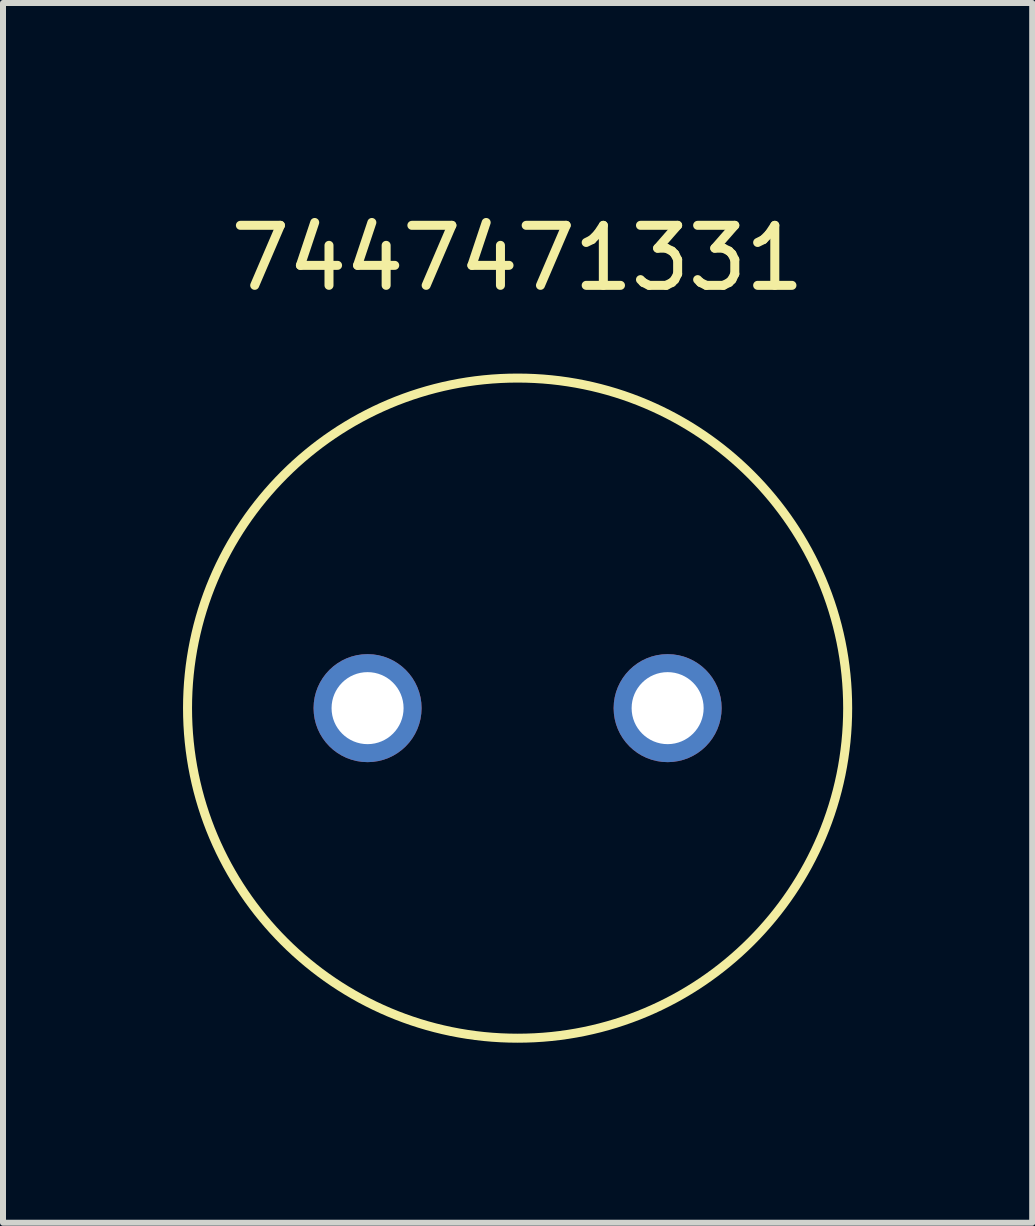
<source format=kicad_pcb>
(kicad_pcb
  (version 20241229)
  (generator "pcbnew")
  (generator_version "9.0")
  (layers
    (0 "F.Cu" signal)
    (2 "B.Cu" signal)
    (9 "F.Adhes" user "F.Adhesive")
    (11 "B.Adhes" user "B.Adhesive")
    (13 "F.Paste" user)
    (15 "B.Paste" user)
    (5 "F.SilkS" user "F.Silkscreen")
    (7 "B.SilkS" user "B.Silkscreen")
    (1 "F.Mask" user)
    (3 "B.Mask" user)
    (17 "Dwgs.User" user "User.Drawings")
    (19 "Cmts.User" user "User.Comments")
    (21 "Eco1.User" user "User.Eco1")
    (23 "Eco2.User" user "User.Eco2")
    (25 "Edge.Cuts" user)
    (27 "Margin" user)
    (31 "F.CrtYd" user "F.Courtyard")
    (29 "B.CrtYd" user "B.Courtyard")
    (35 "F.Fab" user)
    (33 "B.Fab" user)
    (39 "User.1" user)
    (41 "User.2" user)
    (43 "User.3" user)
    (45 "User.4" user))
  (footprint "7447471331"
    (layer "F.Cu")
    (at 5.575 0.25)
    (property "Reference" "7447471331" (at 0 1 0) (layer "F.SilkS") (effects (font (size 1 1) (thickness 0.15))))
    (attr through_hole)
    (fp_circle (center 0 8.5) (end 5.5 8.5) (stroke (width 0.15) (type solid)) (fill no) (layer "F.SilkS"))
    (pad "1" thru_hole circle (at -2.5 8.5) (size 1.8 1.8) (drill 1.2) (layers "*.Cu" "*.Mask"))
    (pad "2" thru_hole circle (at 2.5 8.5) (size 1.8 1.8) (drill 1.2) (layers "*.Cu" "*.Mask")))
  (gr_rect
    (start -3 -3)
    (end 14.15 17.325)
    (stroke (width 0.1) (type default))
    (fill no)
    (layer "Edge.Cuts")))
</source>
